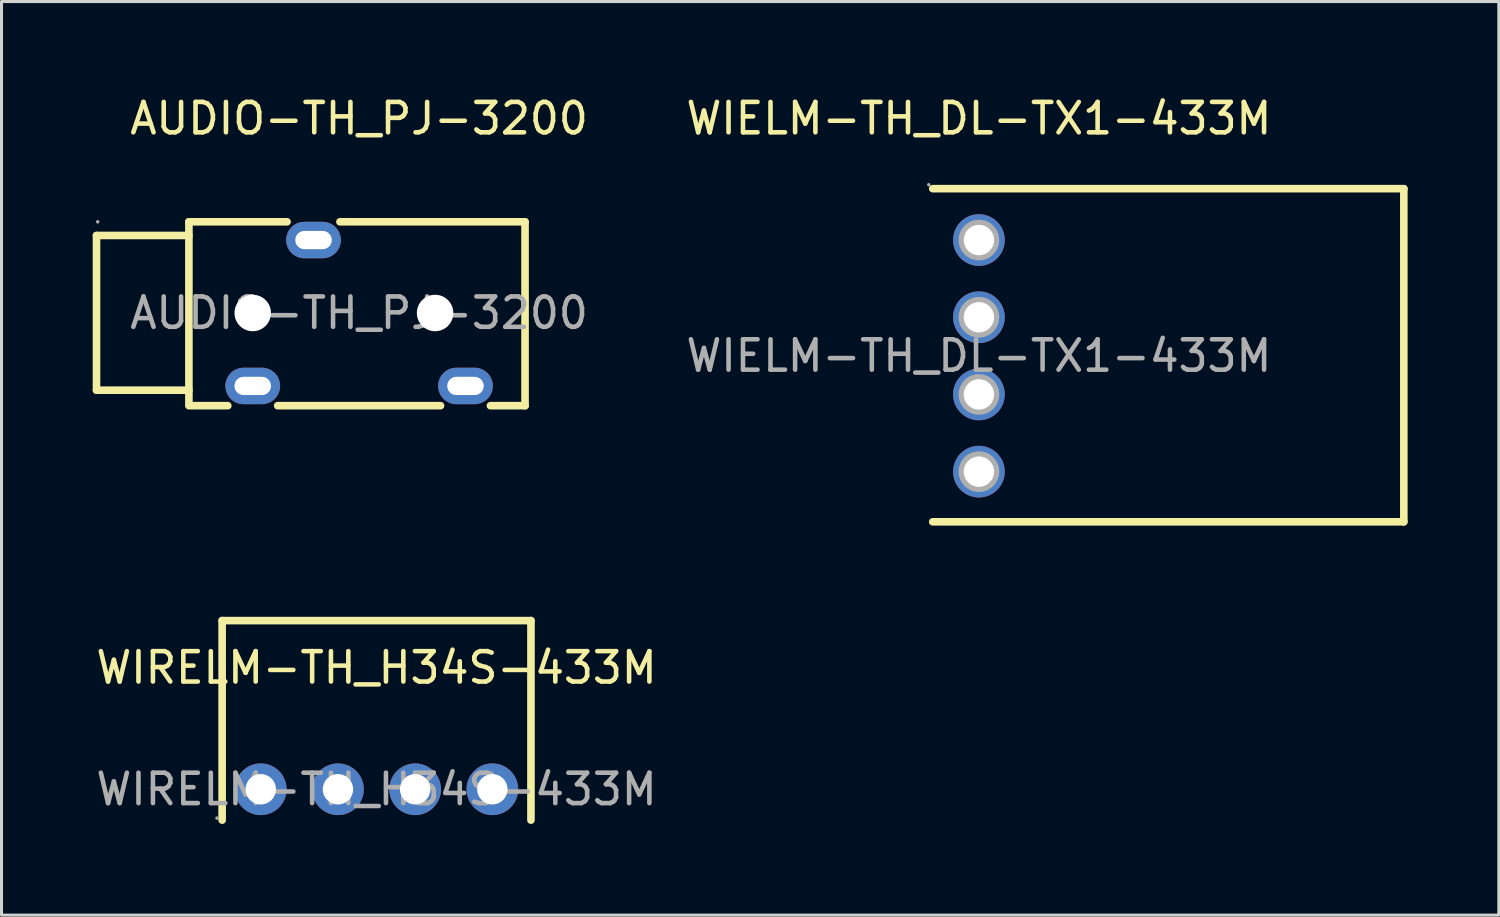
<source format=kicad_pcb>
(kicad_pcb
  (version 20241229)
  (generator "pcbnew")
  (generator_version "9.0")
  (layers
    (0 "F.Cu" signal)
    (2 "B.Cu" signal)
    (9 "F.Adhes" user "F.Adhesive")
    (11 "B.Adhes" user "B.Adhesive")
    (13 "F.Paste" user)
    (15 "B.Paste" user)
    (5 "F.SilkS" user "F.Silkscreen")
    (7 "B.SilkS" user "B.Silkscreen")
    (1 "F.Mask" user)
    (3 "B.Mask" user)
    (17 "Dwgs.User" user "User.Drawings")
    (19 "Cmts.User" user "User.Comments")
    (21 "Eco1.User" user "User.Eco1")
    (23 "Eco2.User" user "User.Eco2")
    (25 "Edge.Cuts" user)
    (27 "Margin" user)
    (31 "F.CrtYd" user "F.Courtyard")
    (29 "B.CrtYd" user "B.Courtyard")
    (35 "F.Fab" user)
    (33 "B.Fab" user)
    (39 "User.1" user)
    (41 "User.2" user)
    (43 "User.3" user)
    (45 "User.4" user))
  (footprint "AUDIO-TH_PJ-3200"
    (layer "F.Cu")
    (at 8.765 7.248)
    (property "Reference" "AUDIO-TH_PJ-3200" (at 0 -6.4 0) (layer "F.SilkS") (effects (font (size 1 1) (thickness 0.15))))
    (attr through_hole)
    (fp_line (start -8.64 -2.55) (end -8.64 2.54) (stroke (width 0.25) (type solid)) (layer "F.SilkS"))
    (fp_line (start -8.64 2.54) (end -5.6 2.54) (stroke (width 0.25) (type solid)) (layer "F.SilkS"))
    (fp_line (start -5.6 -3) (end -5.6 3) (stroke (width 0.25) (type solid)) (layer "F.SilkS"))
    (fp_line (start -5.6 -3) (end -2.37 -3) (stroke (width 0.25) (type solid)) (layer "F.SilkS"))
    (fp_line (start -5.6 -2.55) (end -8.64 -2.55) (stroke (width 0.25) (type solid)) (layer "F.SilkS"))
    (fp_line (start -4.32 3.05) (end -5.6 3.05) (stroke (width 0.25) (type solid)) (layer "F.SilkS"))
    (fp_line (start -0.63 -3) (end 5.46 -3) (stroke (width 0.25) (type solid)) (layer "F.SilkS"))
    (fp_line (start 2.68 3.05) (end -2.68 3.05) (stroke (width 0.25) (type solid)) (layer "F.SilkS"))
    (fp_line (start 5.46 -3) (end 5.46 3.05) (stroke (width 0.25) (type solid)) (layer "F.SilkS"))
    (fp_line (start 5.46 3.05) (end 4.32 3.05) (stroke (width 0.25) (type solid)) (layer "F.SilkS"))
    (fp_circle (center -3.5 0) (end -3.31 0) (stroke (width 0.38) (type solid)) (fill no) (layer "Cmts.User"))
    (fp_circle (center 2.5 0) (end 2.69 0) (stroke (width 0.38) (type solid)) (fill no) (layer "Cmts.User"))
    (fp_circle (center -8.6 -3) (end -8.57 -3) (stroke (width 0.06) (type solid)) (fill no) (layer "F.Fab"))
    (fp_text user "${REFERENCE}" (at 0 0 0) (layer "F.Fab") (effects (font (size 1 1) (thickness 0.15))))
    (pad "" np_thru_hole circle (at -3.5 0) (size 1.2 1.2) (drill 1.2) (layers "*.Cu" "*.Mask"))
    (pad "" np_thru_hole circle (at 2.5 0) (size 1.2 1.2) (drill 1.2) (layers "*.Cu" "*.Mask"))
    (pad "2" thru_hole oval (at -1.5 -2.4) (size 1.8 1.2) (drill oval 1.2 0.6) (layers "*.Cu" "*.Mask"))
    (pad "3" thru_hole oval (at -3.5 2.4) (size 1.8 1.2) (drill oval 1.2 0.6) (layers "*.Cu" "*.Mask"))
    (pad "4" thru_hole oval (at 3.5 2.4) (size 1.8 1.2) (drill oval 1.2 0.6) (layers "*.Cu" "*.Mask")))
  (footprint "WIRELM-TH_H34S-433M"
    (layer "F.Cu")
    (at 9.339 22.918)
    (property "Reference" "WIRELM-TH_H34S-433M" (at 0 -4 0) (layer "F.SilkS") (effects (font (size 1 1) (thickness 0.15))))
    (attr through_hole)
    (fp_line (start -5.08 -5.55) (end -5.08 1.016) (stroke (width 0.25) (type solid)) (layer "F.SilkS"))
    (fp_line (start -5.08 -5.55) (end 5.08 -5.55) (stroke (width 0.25) (type solid)) (layer "F.SilkS"))
    (fp_line (start 5.08 -5.55) (end 5.08 1.016) (stroke (width 0.25) (type solid)) (layer "F.SilkS"))
    (fp_circle (center -5.25 0.95) (end -5.22 0.95) (stroke (width 0.06) (type solid)) (fill no) (layer "F.Fab"))
    (fp_circle (center -3.81 0) (end -3.58 0) (stroke (width 0.45) (type solid)) (fill no) (layer "F.Fab"))
    (fp_circle (center -1.27 0) (end -1.04 0) (stroke (width 0.45) (type solid)) (fill no) (layer "F.Fab"))
    (fp_circle (center 1.27 0) (end 1.5 0) (stroke (width 0.45) (type solid)) (fill no) (layer "F.Fab"))
    (fp_circle (center 3.81 0) (end 4.04 0) (stroke (width 0.45) (type solid)) (fill no) (layer "F.Fab"))
    (fp_text user "${REFERENCE}" (at 0 0 0) (layer "F.Fab") (effects (font (size 1 1) (thickness 0.15))))
    (pad "1" thru_hole circle (at -3.81 0) (size 1.7 1.7) (drill 1) (layers "*.Cu" "*.Mask"))
    (pad "2" thru_hole circle (at -1.27 0) (size 1.7 1.7) (drill 1) (layers "*.Cu" "*.Mask"))
    (pad "3" thru_hole circle (at 1.27 0) (size 1.7 1.7) (drill 1) (layers "*.Cu" "*.Mask"))
    (pad "4" thru_hole circle (at 3.81 0) (size 1.7 1.7) (drill 1) (layers "*.Cu" "*.Mask")))
  (footprint "WIELM-TH_DL-TX1-433M"
    (layer "F.Cu")
    (at 29.158 8.658)
    (property "Reference" "WIELM-TH_DL-TX1-433M" (at 0 -7.81 0) (layer "F.SilkS") (effects (font (size 1 1) (thickness 0.15))))
    (attr through_hole)
    (fp_line (start -1.52 -5.5) (end 13.98 -5.5) (stroke (width 0.25) (type solid)) (layer "F.SilkS"))
    (fp_line (start 13.98 -5.5) (end 13.98 5.46) (stroke (width 0.25) (type solid)) (layer "F.SilkS"))
    (fp_line (start 13.98 5.46) (end -1.52 5.46) (stroke (width 0.25) (type solid)) (layer "F.SilkS"))
    (fp_circle (center -1.65 -5.63) (end -1.62 -5.63) (stroke (width 0.06) (type solid)) (fill no) (layer "F.Fab"))
    (fp_circle (center 0 -3.81) (end 0.22 -3.81) (stroke (width 0.45) (type solid)) (fill no) (layer "F.Fab"))
    (fp_circle (center 0 -1.27) (end 0.22 -1.27) (stroke (width 0.45) (type solid)) (fill no) (layer "F.Fab"))
    (fp_circle (center 0 1.27) (end 0.22 1.27) (stroke (width 0.45) (type solid)) (fill no) (layer "F.Fab"))
    (fp_circle (center 0 3.81) (end 0.22 3.81) (stroke (width 0.45) (type solid)) (fill no) (layer "F.Fab"))
    (fp_text user "${REFERENCE}" (at 0 0 0) (layer "F.Fab") (effects (font (size 1 1) (thickness 0.15))))
    (pad "1" thru_hole circle (at 0 -3.81) (size 1.7 1.7) (drill 1) (layers "*.Cu" "*.Mask"))
    (pad "2" thru_hole oval (at 0 -1.27) (size 1.7 1.7) (drill 1) (layers "*.Cu" "*.Mask"))
    (pad "3" thru_hole oval (at 0 1.27) (size 1.7 1.7) (drill 1) (layers "*.Cu" "*.Mask"))
    (pad "4" thru_hole oval (at 0 3.81) (size 1.7 1.7) (drill 1) (layers "*.Cu" "*.Mask")))
  (gr_rect
    (start -3 -3)
    (end 46.263 27.059)
    (stroke (width 0.1) (type default))
    (fill no)
    (layer "Edge.Cuts")))
</source>
